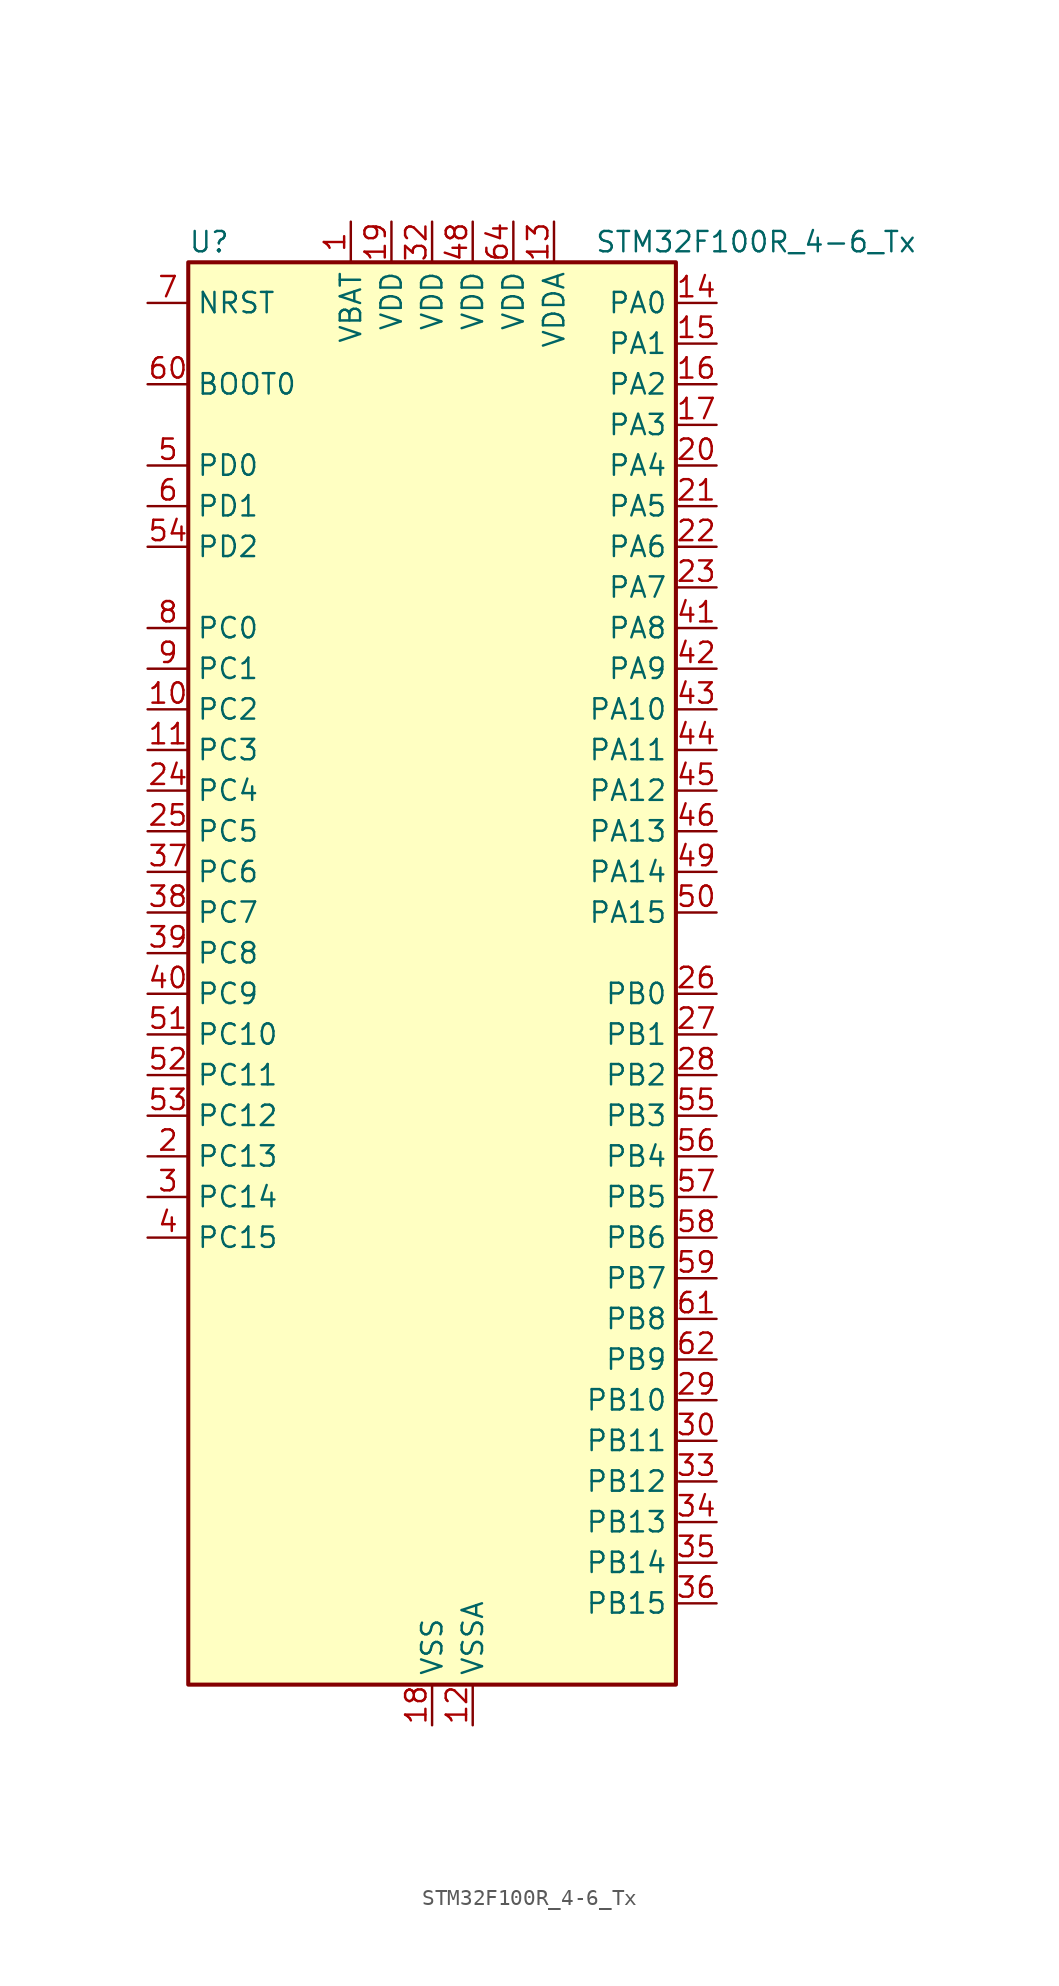
<source format=kicad_sym>
(kicad_symbol_lib
  (version 20220914)
  (generator kicad_symbol_editor)
  (symbol "STM32F100R_4-6_Tx"
    (property "Reference" "U"
      (at -15.24 46.99 0)
      (effects (font (size 1.27 1.27)) (justify left)))
    (property "Value" "STM32F100R_4-6_Tx"
      (at 10.16 46.99 0)
      (effects (font (size 1.27 1.27)) (justify left)))
    (property "ki_locked" ""
      (at 0 0 0)
      (effects (font (size 1.27 1.27))))
    (symbol "STM32F100R_4-6_Tx_0_1"
      (rectangle (start -15.24 -43.18) (end 15.24 45.72) (stroke (width 0.254) (type default)) (fill (type background))))
    (symbol "STM32F100R_4-6_Tx_1_1"
      (pin power_in line (at -5.08 48.26 270) (length 2.54) (name "VBAT" (effects (font (size 1.27 1.27)))) (number "1" (effects (font (size 1.27 1.27)))))
      (pin bidirectional line (at -17.78 17.78 0) (length 2.54) (name "PC2" (effects (font (size 1.27 1.27)))) (number "10" (effects (font (size 1.27 1.27)))) (alternate "ADC1_IN12" bidirectional line))
      (pin bidirectional line (at -17.78 15.24 0) (length 2.54) (name "PC3" (effects (font (size 1.27 1.27)))) (number "11" (effects (font (size 1.27 1.27)))) (alternate "ADC1_IN13" bidirectional line))
      (pin power_in line (at 2.54 -45.72 90) (length 2.54) (name "VSSA" (effects (font (size 1.27 1.27)))) (number "12" (effects (font (size 1.27 1.27)))))
      (pin power_in line (at 7.62 48.26 270) (length 2.54) (name "VDDA" (effects (font (size 1.27 1.27)))) (number "13" (effects (font (size 1.27 1.27)))))
      (pin bidirectional line (at 17.78 43.18 180) (length 2.54) (name "PA0" (effects (font (size 1.27 1.27)))) (number "14" (effects (font (size 1.27 1.27)))) (alternate "ADC1_IN0" bidirectional line) (alternate "SYS_WKUP" bidirectional line) (alternate "TIM2_CH1" bidirectional line) (alternate "TIM2_ETR" bidirectional line) (alternate "USART2_CTS" bidirectional line))
      (pin bidirectional line (at 17.78 40.64 180) (length 2.54) (name "PA1" (effects (font (size 1.27 1.27)))) (number "15" (effects (font (size 1.27 1.27)))) (alternate "ADC1_IN1" bidirectional line) (alternate "TIM2_CH2" bidirectional line) (alternate "USART2_RTS" bidirectional line))
      (pin bidirectional line (at 17.78 38.1 180) (length 2.54) (name "PA2" (effects (font (size 1.27 1.27)))) (number "16" (effects (font (size 1.27 1.27)))) (alternate "ADC1_IN2" bidirectional line) (alternate "TIM15_CH1" bidirectional line) (alternate "TIM2_CH3" bidirectional line) (alternate "USART2_TX" bidirectional line))
      (pin bidirectional line (at 17.78 35.56 180) (length 2.54) (name "PA3" (effects (font (size 1.27 1.27)))) (number "17" (effects (font (size 1.27 1.27)))) (alternate "ADC1_IN3" bidirectional line) (alternate "TIM15_CH2" bidirectional line) (alternate "TIM2_CH4" bidirectional line) (alternate "USART2_RX" bidirectional line))
      (pin power_in line (at 0 -45.72 90) (length 2.54) (name "VSS" (effects (font (size 1.27 1.27)))) (number "18" (effects (font (size 1.27 1.27)))))
      (pin power_in line (at -2.54 48.26 270) (length 2.54) (name "VDD" (effects (font (size 1.27 1.27)))) (number "19" (effects (font (size 1.27 1.27)))))
      (pin bidirectional line (at -17.78 -10.16 0) (length 2.54) (name "PC13" (effects (font (size 1.27 1.27)))) (number "2" (effects (font (size 1.27 1.27)))) (alternate "RTC_OUT" bidirectional line) (alternate "RTC_TAMPER" bidirectional line))
      (pin bidirectional line (at 17.78 33.02 180) (length 2.54) (name "PA4" (effects (font (size 1.27 1.27)))) (number "20" (effects (font (size 1.27 1.27)))) (alternate "ADC1_IN4" bidirectional line) (alternate "DAC_OUT1" bidirectional line) (alternate "SPI1_NSS" bidirectional line) (alternate "USART2_CK" bidirectional line))
      (pin bidirectional line (at 17.78 30.48 180) (length 2.54) (name "PA5" (effects (font (size 1.27 1.27)))) (number "21" (effects (font (size 1.27 1.27)))) (alternate "ADC1_IN5" bidirectional line) (alternate "DAC_OUT2" bidirectional line) (alternate "SPI1_SCK" bidirectional line))
      (pin bidirectional line (at 17.78 27.94 180) (length 2.54) (name "PA6" (effects (font (size 1.27 1.27)))) (number "22" (effects (font (size 1.27 1.27)))) (alternate "ADC1_IN6" bidirectional line) (alternate "SPI1_MISO" bidirectional line) (alternate "TIM16_CH1" bidirectional line) (alternate "TIM1_BKIN" bidirectional line) (alternate "TIM3_CH1" bidirectional line))
      (pin bidirectional line (at 17.78 25.4 180) (length 2.54) (name "PA7" (effects (font (size 1.27 1.27)))) (number "23" (effects (font (size 1.27 1.27)))) (alternate "ADC1_IN7" bidirectional line) (alternate "SPI1_MOSI" bidirectional line) (alternate "TIM17_CH1" bidirectional line) (alternate "TIM1_CH1N" bidirectional line) (alternate "TIM3_CH2" bidirectional line))
      (pin bidirectional line (at -17.78 12.7 0) (length 2.54) (name "PC4" (effects (font (size 1.27 1.27)))) (number "24" (effects (font (size 1.27 1.27)))) (alternate "ADC1_IN14" bidirectional line))
      (pin bidirectional line (at -17.78 10.16 0) (length 2.54) (name "PC5" (effects (font (size 1.27 1.27)))) (number "25" (effects (font (size 1.27 1.27)))) (alternate "ADC1_IN15" bidirectional line))
      (pin bidirectional line (at 17.78 0 180) (length 2.54) (name "PB0" (effects (font (size 1.27 1.27)))) (number "26" (effects (font (size 1.27 1.27)))) (alternate "ADC1_IN8" bidirectional line) (alternate "TIM1_CH2N" bidirectional line) (alternate "TIM3_CH3" bidirectional line))
      (pin bidirectional line (at 17.78 -2.54 180) (length 2.54) (name "PB1" (effects (font (size 1.27 1.27)))) (number "27" (effects (font (size 1.27 1.27)))) (alternate "ADC1_IN9" bidirectional line) (alternate "TIM1_CH3N" bidirectional line) (alternate "TIM3_CH4" bidirectional line))
      (pin bidirectional line (at 17.78 -5.08 180) (length 2.54) (name "PB2" (effects (font (size 1.27 1.27)))) (number "28" (effects (font (size 1.27 1.27)))))
      (pin bidirectional line (at 17.78 -25.4 180) (length 2.54) (name "PB10" (effects (font (size 1.27 1.27)))) (number "29" (effects (font (size 1.27 1.27)))) (alternate "CEC" bidirectional line) (alternate "TIM2_CH3" bidirectional line))
      (pin bidirectional line (at -17.78 -12.7 0) (length 2.54) (name "PC14" (effects (font (size 1.27 1.27)))) (number "3" (effects (font (size 1.27 1.27)))) (alternate "RCC_OSC32_IN" bidirectional line))
      (pin bidirectional line (at 17.78 -27.94 180) (length 2.54) (name "PB11" (effects (font (size 1.27 1.27)))) (number "30" (effects (font (size 1.27 1.27)))) (alternate "ADC1_EXTI11" bidirectional line) (alternate "TIM2_CH4" bidirectional line))
      (pin passive line (at 0 -45.72 90) (length 2.54) hide (name "VSS" (effects (font (size 1.27 1.27)))) (number "31" (effects (font (size 1.27 1.27)))))
      (pin power_in line (at 0 48.26 270) (length 2.54) (name "VDD" (effects (font (size 1.27 1.27)))) (number "32" (effects (font (size 1.27 1.27)))))
      (pin bidirectional line (at 17.78 -30.48 180) (length 2.54) (name "PB12" (effects (font (size 1.27 1.27)))) (number "33" (effects (font (size 1.27 1.27)))) (alternate "TIM1_BKIN" bidirectional line))
      (pin bidirectional line (at 17.78 -33.02 180) (length 2.54) (name "PB13" (effects (font (size 1.27 1.27)))) (number "34" (effects (font (size 1.27 1.27)))) (alternate "TIM1_CH1N" bidirectional line))
      (pin bidirectional line (at 17.78 -35.56 180) (length 2.54) (name "PB14" (effects (font (size 1.27 1.27)))) (number "35" (effects (font (size 1.27 1.27)))) (alternate "TIM15_CH1" bidirectional line) (alternate "TIM1_CH2N" bidirectional line))
      (pin bidirectional line (at 17.78 -38.1 180) (length 2.54) (name "PB15" (effects (font (size 1.27 1.27)))) (number "36" (effects (font (size 1.27 1.27)))) (alternate "ADC1_EXTI15" bidirectional line) (alternate "TIM15_CH1N" bidirectional line) (alternate "TIM15_CH2" bidirectional line) (alternate "TIM1_CH3N" bidirectional line))
      (pin bidirectional line (at -17.78 7.62 0) (length 2.54) (name "PC6" (effects (font (size 1.27 1.27)))) (number "37" (effects (font (size 1.27 1.27)))) (alternate "TIM3_CH1" bidirectional line))
      (pin bidirectional line (at -17.78 5.08 0) (length 2.54) (name "PC7" (effects (font (size 1.27 1.27)))) (number "38" (effects (font (size 1.27 1.27)))) (alternate "TIM3_CH2" bidirectional line))
      (pin bidirectional line (at -17.78 2.54 0) (length 2.54) (name "PC8" (effects (font (size 1.27 1.27)))) (number "39" (effects (font (size 1.27 1.27)))) (alternate "TIM3_CH3" bidirectional line))
      (pin bidirectional line (at -17.78 -15.24 0) (length 2.54) (name "PC15" (effects (font (size 1.27 1.27)))) (number "4" (effects (font (size 1.27 1.27)))) (alternate "ADC1_EXTI15" bidirectional line) (alternate "RCC_OSC32_OUT" bidirectional line))
      (pin bidirectional line (at -17.78 0 0) (length 2.54) (name "PC9" (effects (font (size 1.27 1.27)))) (number "40" (effects (font (size 1.27 1.27)))) (alternate "DAC_EXTI9" bidirectional line) (alternate "TIM3_CH4" bidirectional line))
      (pin bidirectional line (at 17.78 22.86 180) (length 2.54) (name "PA8" (effects (font (size 1.27 1.27)))) (number "41" (effects (font (size 1.27 1.27)))) (alternate "RCC_MCO" bidirectional line) (alternate "TIM1_CH1" bidirectional line) (alternate "USART1_CK" bidirectional line))
      (pin bidirectional line (at 17.78 20.32 180) (length 2.54) (name "PA9" (effects (font (size 1.27 1.27)))) (number "42" (effects (font (size 1.27 1.27)))) (alternate "DAC_EXTI9" bidirectional line) (alternate "TIM15_BKIN" bidirectional line) (alternate "TIM1_CH2" bidirectional line) (alternate "USART1_TX" bidirectional line))
      (pin bidirectional line (at 17.78 17.78 180) (length 2.54) (name "PA10" (effects (font (size 1.27 1.27)))) (number "43" (effects (font (size 1.27 1.27)))) (alternate "TIM17_BKIN" bidirectional line) (alternate "TIM1_CH3" bidirectional line) (alternate "USART1_RX" bidirectional line))
      (pin bidirectional line (at 17.78 15.24 180) (length 2.54) (name "PA11" (effects (font (size 1.27 1.27)))) (number "44" (effects (font (size 1.27 1.27)))) (alternate "ADC1_EXTI11" bidirectional line) (alternate "TIM1_CH4" bidirectional line) (alternate "USART1_CTS" bidirectional line))
      (pin bidirectional line (at 17.78 12.7 180) (length 2.54) (name "PA12" (effects (font (size 1.27 1.27)))) (number "45" (effects (font (size 1.27 1.27)))) (alternate "TIM1_ETR" bidirectional line) (alternate "USART1_RTS" bidirectional line))
      (pin bidirectional line (at 17.78 10.16 180) (length 2.54) (name "PA13" (effects (font (size 1.27 1.27)))) (number "46" (effects (font (size 1.27 1.27)))) (alternate "SYS_JTMS-SWDIO" bidirectional line))
      (pin passive line (at 0 -45.72 90) (length 2.54) hide (name "VSS" (effects (font (size 1.27 1.27)))) (number "47" (effects (font (size 1.27 1.27)))))
      (pin power_in line (at 2.54 48.26 270) (length 2.54) (name "VDD" (effects (font (size 1.27 1.27)))) (number "48" (effects (font (size 1.27 1.27)))))
      (pin bidirectional line (at 17.78 7.62 180) (length 2.54) (name "PA14" (effects (font (size 1.27 1.27)))) (number "49" (effects (font (size 1.27 1.27)))) (alternate "SYS_JTCK-SWCLK" bidirectional line))
      (pin bidirectional line (at -17.78 33.02 0) (length 2.54) (name "PD0" (effects (font (size 1.27 1.27)))) (number "5" (effects (font (size 1.27 1.27)))) (alternate "RCC_OSC_IN" bidirectional line))
      (pin bidirectional line (at 17.78 5.08 180) (length 2.54) (name "PA15" (effects (font (size 1.27 1.27)))) (number "50" (effects (font (size 1.27 1.27)))) (alternate "ADC1_EXTI15" bidirectional line) (alternate "SPI1_NSS" bidirectional line) (alternate "SYS_JTDI" bidirectional line) (alternate "TIM2_CH1" bidirectional line) (alternate "TIM2_ETR" bidirectional line))
      (pin bidirectional line (at -17.78 -2.54 0) (length 2.54) (name "PC10" (effects (font (size 1.27 1.27)))) (number "51" (effects (font (size 1.27 1.27)))))
      (pin bidirectional line (at -17.78 -5.08 0) (length 2.54) (name "PC11" (effects (font (size 1.27 1.27)))) (number "52" (effects (font (size 1.27 1.27)))) (alternate "ADC1_EXTI11" bidirectional line))
      (pin bidirectional line (at -17.78 -7.62 0) (length 2.54) (name "PC12" (effects (font (size 1.27 1.27)))) (number "53" (effects (font (size 1.27 1.27)))))
      (pin bidirectional line (at -17.78 27.94 0) (length 2.54) (name "PD2" (effects (font (size 1.27 1.27)))) (number "54" (effects (font (size 1.27 1.27)))) (alternate "TIM3_ETR" bidirectional line))
      (pin bidirectional line (at 17.78 -7.62 180) (length 2.54) (name "PB3" (effects (font (size 1.27 1.27)))) (number "55" (effects (font (size 1.27 1.27)))) (alternate "SPI1_SCK" bidirectional line) (alternate "SYS_JTDO-TRACESWO" bidirectional line) (alternate "TIM2_CH2" bidirectional line))
      (pin bidirectional line (at 17.78 -10.16 180) (length 2.54) (name "PB4" (effects (font (size 1.27 1.27)))) (number "56" (effects (font (size 1.27 1.27)))) (alternate "SPI1_MISO" bidirectional line) (alternate "SYS_NJTRST" bidirectional line) (alternate "TIM3_CH1" bidirectional line))
      (pin bidirectional line (at 17.78 -12.7 180) (length 2.54) (name "PB5" (effects (font (size 1.27 1.27)))) (number "57" (effects (font (size 1.27 1.27)))) (alternate "I2C1_SMBA" bidirectional line) (alternate "SPI1_MOSI" bidirectional line) (alternate "TIM16_BKIN" bidirectional line) (alternate "TIM3_CH2" bidirectional line))
      (pin bidirectional line (at 17.78 -15.24 180) (length 2.54) (name "PB6" (effects (font (size 1.27 1.27)))) (number "58" (effects (font (size 1.27 1.27)))) (alternate "I2C1_SCL" bidirectional line) (alternate "TIM16_CH1N" bidirectional line) (alternate "USART1_TX" bidirectional line))
      (pin bidirectional line (at 17.78 -17.78 180) (length 2.54) (name "PB7" (effects (font (size 1.27 1.27)))) (number "59" (effects (font (size 1.27 1.27)))) (alternate "I2C1_SDA" bidirectional line) (alternate "TIM17_CH1N" bidirectional line) (alternate "USART1_RX" bidirectional line))
      (pin bidirectional line (at -17.78 30.48 0) (length 2.54) (name "PD1" (effects (font (size 1.27 1.27)))) (number "6" (effects (font (size 1.27 1.27)))) (alternate "RCC_OSC_OUT" bidirectional line))
      (pin input line (at -17.78 38.1 0) (length 2.54) (name "BOOT0" (effects (font (size 1.27 1.27)))) (number "60" (effects (font (size 1.27 1.27)))))
      (pin bidirectional line (at 17.78 -20.32 180) (length 2.54) (name "PB8" (effects (font (size 1.27 1.27)))) (number "61" (effects (font (size 1.27 1.27)))) (alternate "CEC" bidirectional line) (alternate "I2C1_SCL" bidirectional line) (alternate "TIM16_CH1" bidirectional line))
      (pin bidirectional line (at 17.78 -22.86 180) (length 2.54) (name "PB9" (effects (font (size 1.27 1.27)))) (number "62" (effects (font (size 1.27 1.27)))) (alternate "DAC_EXTI9" bidirectional line) (alternate "I2C1_SDA" bidirectional line) (alternate "TIM17_CH1" bidirectional line))
      (pin passive line (at 0 -45.72 90) (length 2.54) hide (name "VSS" (effects (font (size 1.27 1.27)))) (number "63" (effects (font (size 1.27 1.27)))))
      (pin power_in line (at 5.08 48.26 270) (length 2.54) (name "VDD" (effects (font (size 1.27 1.27)))) (number "64" (effects (font (size 1.27 1.27)))))
      (pin input line (at -17.78 43.18 0) (length 2.54) (name "NRST" (effects (font (size 1.27 1.27)))) (number "7" (effects (font (size 1.27 1.27)))))
      (pin bidirectional line (at -17.78 22.86 0) (length 2.54) (name "PC0" (effects (font (size 1.27 1.27)))) (number "8" (effects (font (size 1.27 1.27)))) (alternate "ADC1_IN10" bidirectional line))
      (pin bidirectional line (at -17.78 20.32 0) (length 2.54) (name "PC1" (effects (font (size 1.27 1.27)))) (number "9" (effects (font (size 1.27 1.27)))) (alternate "ADC1_IN11" bidirectional line)))))
</source>
